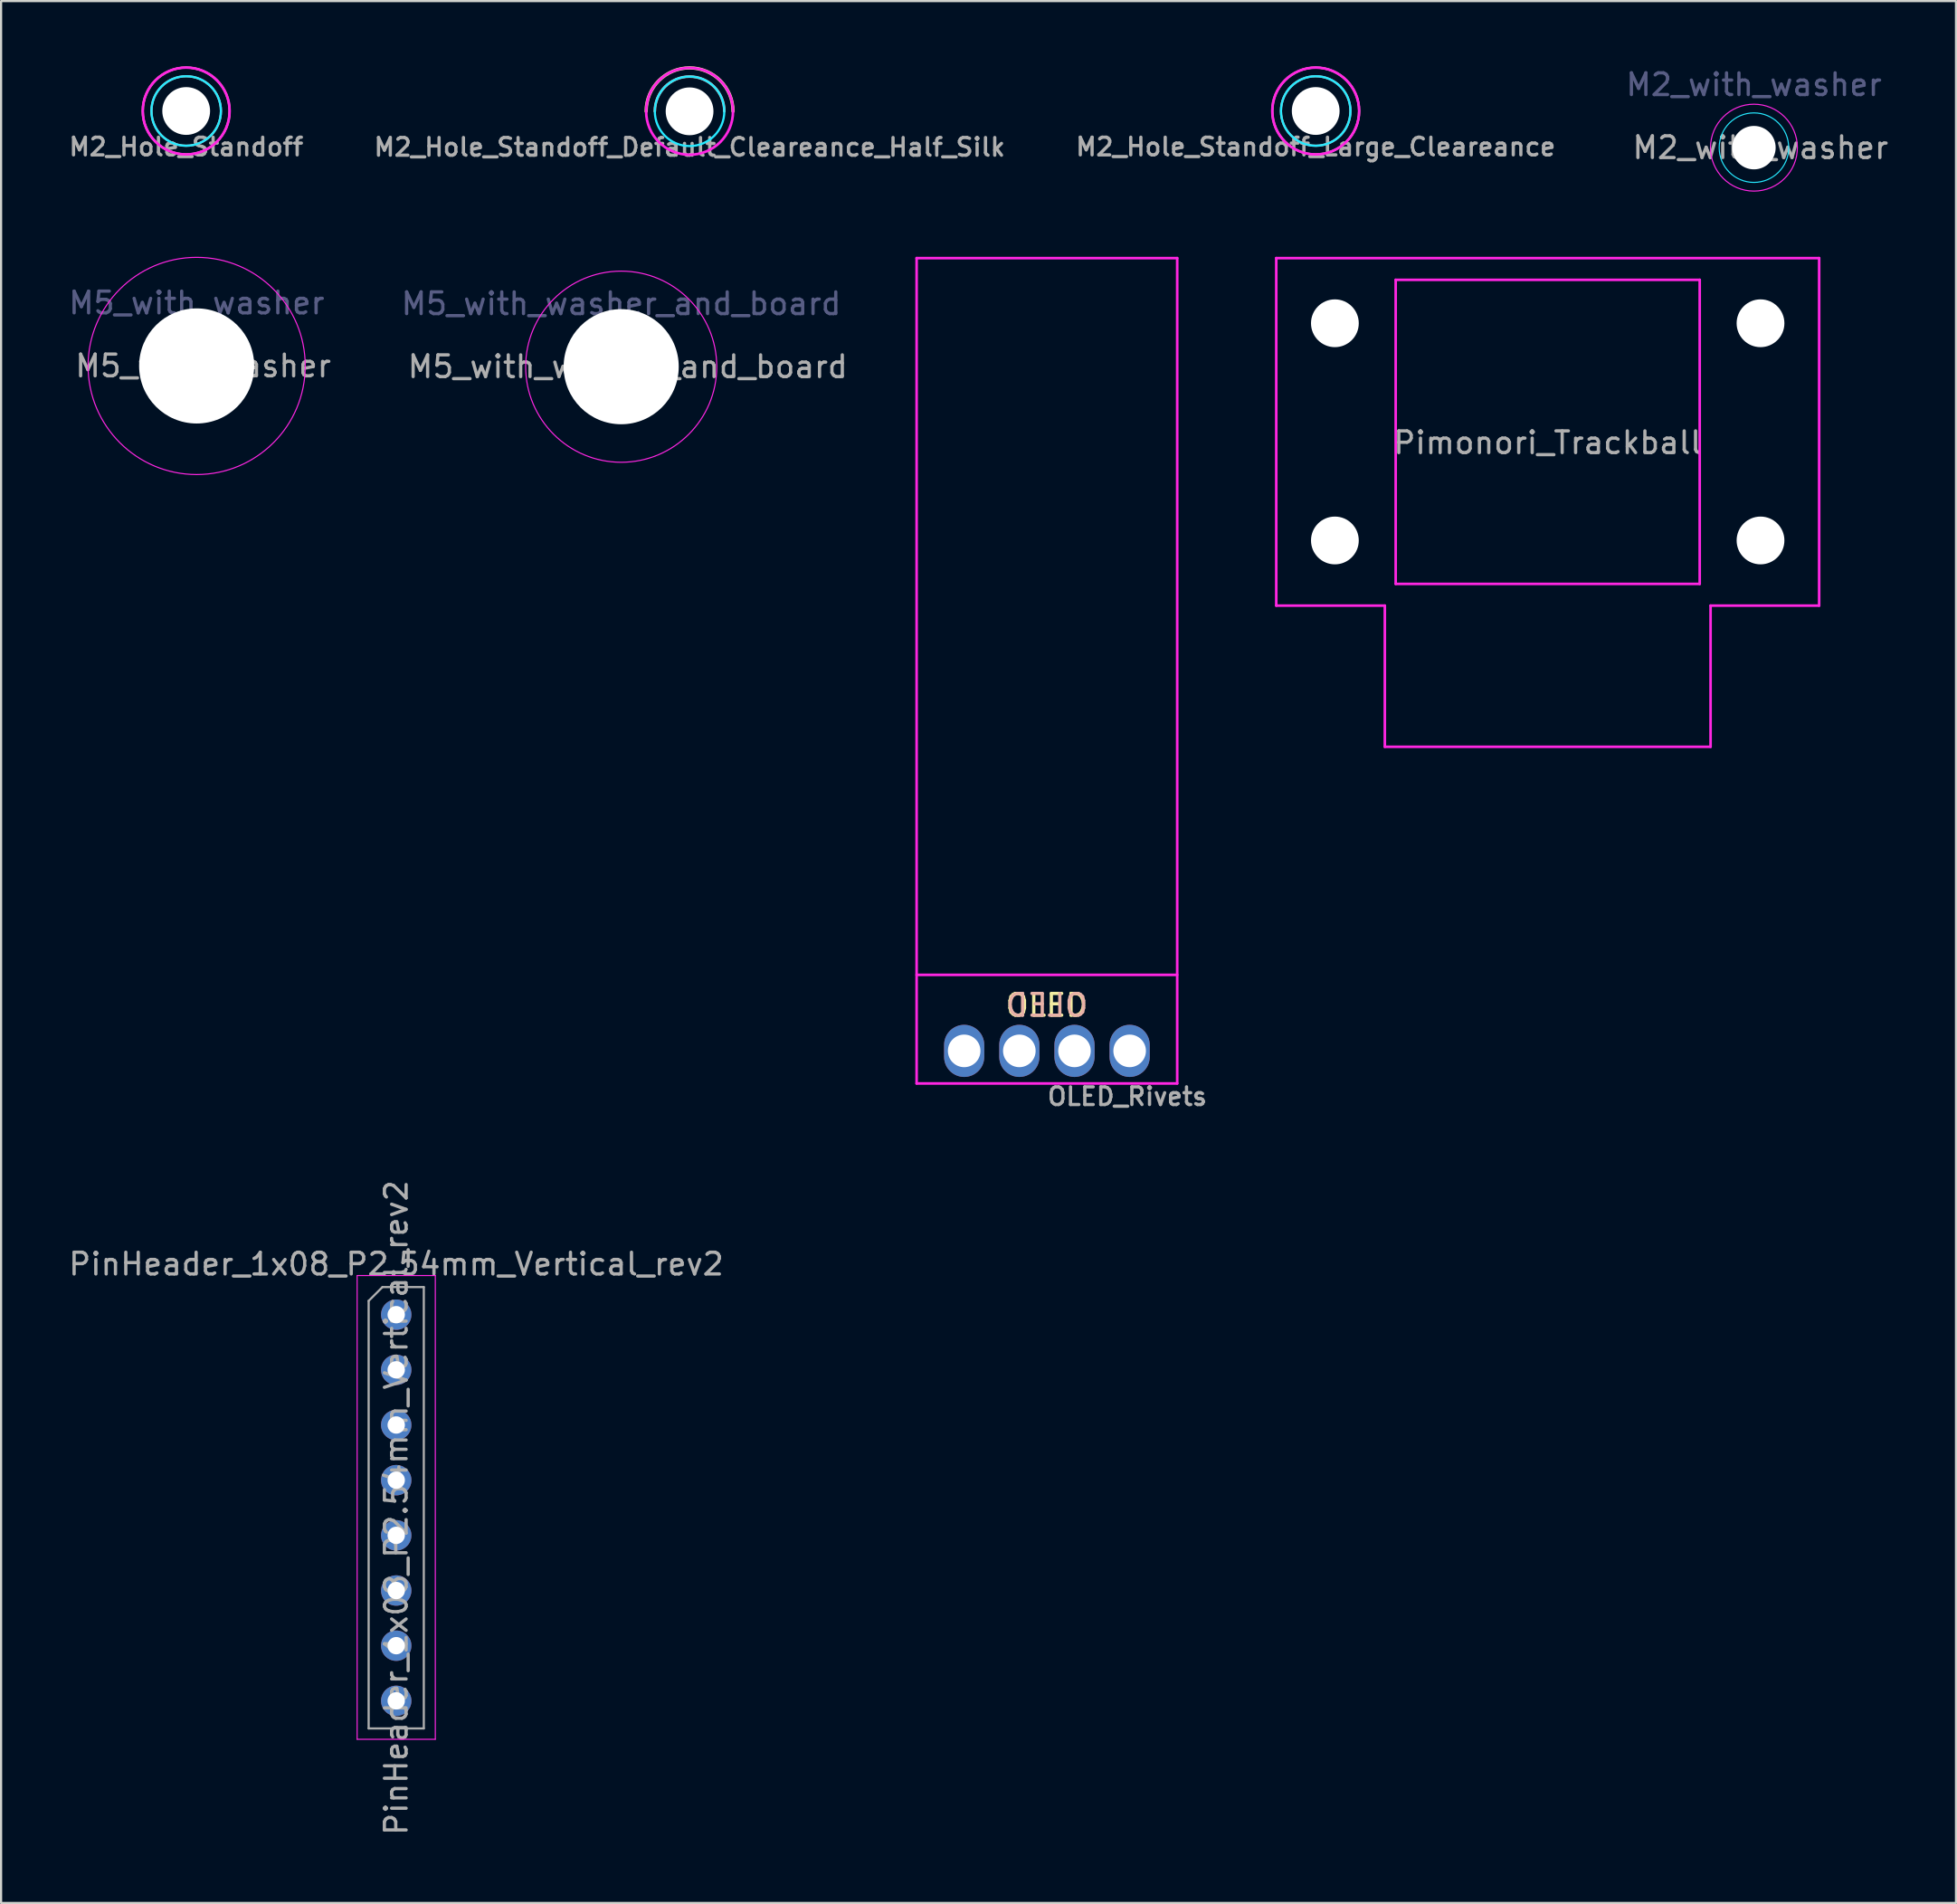
<source format=kicad_pcb>
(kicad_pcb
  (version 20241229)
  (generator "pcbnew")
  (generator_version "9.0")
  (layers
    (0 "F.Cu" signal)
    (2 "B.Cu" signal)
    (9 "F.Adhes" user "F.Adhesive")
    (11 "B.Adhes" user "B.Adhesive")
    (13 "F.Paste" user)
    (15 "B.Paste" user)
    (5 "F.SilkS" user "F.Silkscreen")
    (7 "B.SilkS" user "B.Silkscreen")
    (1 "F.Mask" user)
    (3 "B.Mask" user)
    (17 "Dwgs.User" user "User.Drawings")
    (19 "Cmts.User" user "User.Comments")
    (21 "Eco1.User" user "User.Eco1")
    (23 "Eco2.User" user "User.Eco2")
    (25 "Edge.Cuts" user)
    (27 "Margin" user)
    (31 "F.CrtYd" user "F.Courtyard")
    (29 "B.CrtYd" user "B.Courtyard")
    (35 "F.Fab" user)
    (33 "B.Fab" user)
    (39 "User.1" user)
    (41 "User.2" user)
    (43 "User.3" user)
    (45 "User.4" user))
  (footprint "M2_Hole_Standoff_Large_Cleareance"
    (layer "F.Cu")
    (at 57.538 2.06)
    (property "Reference" "M2_Hole_Standoff_Large_Cleareance" (at 0 1.651 0) (layer "F.Fab") (effects (font (size 0.813 0.813) (thickness 0.15))))
    (attr through_hole)
    (fp_circle (center 0 0) (end 2 0) (stroke (width 0.1) (type solid)) (fill no) (layer "F.SilkS"))
    (fp_circle (center 0 0) (end 1.6 0) (stroke (width 0.1) (type solid)) (fill no) (layer "B.SilkS"))
    (fp_circle (center 0 0) (end 1.6 0) (stroke (width 0.1) (type solid)) (fill no) (layer "B.CrtYd"))
    (fp_circle (center 0 0) (end 2 0) (stroke (width 0.12) (type solid)) (fill no) (layer "F.CrtYd"))
    (pad "" np_thru_hole circle (at 0 0) (size 2.2 2.2) (drill 2.2) (layers "*.Cu" "*.Mask")))
  (footprint "Pimonori_Trackball"
    (layer "F.Cu")
    (at 68.221 16.833)
    (property "Reference" "Pimonori_Trackball" (at 0 0.5 0) (layer "F.Fab") (effects (font (size 1 1) (thickness 0.15))))
    (attr through_hole)
    (fp_line (start -12.5 -8) (end 12.5 -8) (stroke (width 0.12) (type solid)) (layer "F.CrtYd"))
    (fp_line (start -12.5 8) (end -12.5 -8) (stroke (width 0.12) (type solid)) (layer "F.CrtYd"))
    (fp_line (start -7.5 8) (end -12.5 8) (stroke (width 0.12) (type solid)) (layer "F.CrtYd"))
    (fp_line (start -7.5 14.5) (end -7.5 8) (stroke (width 0.12) (type solid)) (layer "F.CrtYd"))
    (fp_line (start -7 -7) (end 7 -7) (stroke (width 0.12) (type solid)) (layer "F.CrtYd"))
    (fp_line (start -7 7) (end -7 -7) (stroke (width 0.12) (type solid)) (layer "F.CrtYd"))
    (fp_line (start 7 -7) (end 7 7) (stroke (width 0.12) (type solid)) (layer "F.CrtYd"))
    (fp_line (start 7 7) (end -7 7) (stroke (width 0.12) (type solid)) (layer "F.CrtYd"))
    (fp_line (start 7.5 8) (end 7.5 14.5) (stroke (width 0.12) (type solid)) (layer "F.CrtYd"))
    (fp_line (start 7.5 14.5) (end -7.5 14.5) (stroke (width 0.12) (type solid)) (layer "F.CrtYd"))
    (fp_line (start 12.5 -8) (end 12.5 8) (stroke (width 0.12) (type solid)) (layer "F.CrtYd"))
    (fp_line (start 12.5 8) (end 7.5 8) (stroke (width 0.12) (type solid)) (layer "F.CrtYd"))
    (pad "" np_thru_hole circle (at -9.8 -5) (size 2.2 2.2) (drill 2.2) (layers "*.Cu" "*.Mask"))
    (pad "" np_thru_hole circle (at -9.8 5) (size 2.2 2.2) (drill 2.2) (layers "*.Cu" "*.Mask"))
    (pad "" np_thru_hole circle (at 9.8 -5) (size 2.2 2.2) (drill 2.2) (layers "*.Cu" "*.Mask"))
    (pad "" np_thru_hole circle (at 9.8 5) (size 2.2 2.2) (drill 2.2) (layers "*.Cu" "*.Mask")))
  (footprint "OLED_Rivets"
    (layer "F.Cu")
    (at 45.16 45.333)
    (property "Reference" "OLED_Rivets" (at 3.7 2.1 180) (layer "F.Fab") (effects (font (size 0.813 0.813) (thickness 0.15))))
    (attr through_hole)
    (fp_line (start -6 -36.5) (end 6 -36.5) (stroke (width 0.12) (type solid)) (layer "F.CrtYd"))
    (fp_line (start -6 -3.5) (end 6 -3.5) (stroke (width 0.12) (type solid)) (layer "F.CrtYd"))
    (fp_line (start -6 1.5) (end -6 -36.5) (stroke (width 0.12) (type solid)) (layer "F.CrtYd"))
    (fp_line (start -6 1.5) (end 6 1.5) (stroke (width 0.12) (type solid)) (layer "F.CrtYd"))
    (fp_line (start 6 1.5) (end 6 -36.5) (stroke (width 0.12) (type solid)) (layer "F.CrtYd"))
    (fp_text user "OLED" (at -0.01 -2.1 0) (layer "F.SilkS") (effects (font (size 1 1) (thickness 0.15))))
    (fp_text user "OLED" (at 0 -2.1 0) (layer "B.SilkS") (effects (font (size 1 1) (thickness 0.15)) (justify mirror)))
    (pad "1" thru_hole oval (at -3.81 0) (size 1.85 2.4) (drill 1.5) (layers "*.Cu" "*.Mask"))
    (pad "2" thru_hole oval (at -1.27 0) (size 1.85 2.4) (drill 1.5) (layers "*.Cu" "*.Mask"))
    (pad "3" thru_hole oval (at 1.27 0) (size 1.85 2.4) (drill 1.5) (layers "*.Cu" "*.Mask"))
    (pad "4" thru_hole oval (at 3.81 0) (size 1.85 2.4) (drill 1.5) (layers "*.Cu" "*.Mask")))
  (footprint "M5_with_washer_and_board"
    (layer "F.Cu")
    (at 30.556 13.833)
    (property "Reference" "M5_with_washer_and_board" (at -5 -2.9 0) (layer "B.Fab") (effects (font (size 1 1) (thickness 0.15))))
    (attr exclude_from_pos_files exclude_from_bom)
    (fp_arc (start -15 -5) (mid -11.464466 -3.535534) (end -10 0) (stroke (width 0.12) (type solid)) (layer "Eco2.User"))
    (fp_arc (start 0 0) (mid -5 5) (end -10 0) (stroke (width 0.12) (type solid)) (layer "Eco2.User"))
    (fp_arc (start 0 0) (mid 1.464466 -3.535534) (end 5 -5) (stroke (width 0.12) (type solid)) (layer "Eco2.User"))
    (fp_circle (center -5 0) (end -0.6 0) (stroke (width 0.05) (type solid)) (fill no) (layer "F.CrtYd"))
    (fp_text user "${REFERENCE}" (at -4.7 0 0) (layer "F.Fab") (effects (font (size 1 1) (thickness 0.15))))
    (pad "" np_thru_hole circle (at -5 0) (size 5.3 5.3) (drill 5.3) (layers "*.Cu" "*.Mask")))
  (footprint "PinHeader_1x08_P2.54mm_Vertical_rev2"
    (layer "F.Cu")
    (at 15.196 57.478)
    (property "Reference" "PinHeader_1x08_P2.54mm_Vertical_rev2" (at 0 -2.33 0) (layer "F.Fab") (effects (font (size 1 1) (thickness 0.15))))
    (attr through_hole)
    (fp_line (start -1.8 -1.8) (end -1.8 19.55) (stroke (width 0.05) (type solid)) (layer "F.CrtYd"))
    (fp_line (start -1.8 19.55) (end 1.8 19.55) (stroke (width 0.05) (type solid)) (layer "F.CrtYd"))
    (fp_line (start 1.8 -1.8) (end -1.8 -1.8) (stroke (width 0.05) (type solid)) (layer "F.CrtYd"))
    (fp_line (start 1.8 19.55) (end 1.8 -1.8) (stroke (width 0.05) (type solid)) (layer "F.CrtYd"))
    (fp_line (start -1.27 -0.635) (end -0.635 -1.27) (stroke (width 0.1) (type solid)) (layer "F.Fab"))
    (fp_line (start -1.27 19.05) (end -1.27 -0.635) (stroke (width 0.1) (type solid)) (layer "F.Fab"))
    (fp_line (start -0.635 -1.27) (end 1.27 -1.27) (stroke (width 0.1) (type solid)) (layer "F.Fab"))
    (fp_line (start 1.27 -1.27) (end 1.27 19.05) (stroke (width 0.1) (type solid)) (layer "F.Fab"))
    (fp_line (start 1.27 19.05) (end -1.27 19.05) (stroke (width 0.1) (type solid)) (layer "F.Fab"))
    (fp_text user "${REFERENCE}" (at 0 8.89 90) (layer "F.Fab") (effects (font (size 1 1) (thickness 0.15))))
    (pad "1" thru_hole circle (at 0 0) (size 1.4 1.4) (drill 0.8) (layers "*.Cu" "*.Mask"))
    (pad "2" thru_hole circle (at 0 2.54) (size 1.4 1.4) (drill 0.8) (layers "*.Cu" "*.Mask"))
    (pad "3" thru_hole circle (at 0 5.08) (size 1.4 1.4) (drill 0.8) (layers "*.Cu" "*.Mask"))
    (pad "4" thru_hole circle (at 0 7.62) (size 1.4 1.4) (drill 0.8) (layers "*.Cu" "*.Mask"))
    (pad "5" thru_hole circle (at 0 10.16) (size 1.4 1.4) (drill 0.8) (layers "*.Cu" "*.Mask"))
    (pad "6" thru_hole circle (at 0 12.7) (size 1.4 1.4) (drill 0.8) (layers "*.Cu" "*.Mask"))
    (pad "7" thru_hole circle (at 0 15.24) (size 1.4 1.4) (drill 0.8) (layers "*.Cu" "*.Mask"))
    (pad "8" thru_hole circle (at 0 17.78) (size 1.4 1.4) (drill 0.8) (layers "*.Cu" "*.Mask")))
  (footprint "M2_Hole_Standoff_Default_Cleareance_Half_Silk"
    (layer "F.Cu")
    (at 28.705 2.075)
    (property "Reference" "M2_Hole_Standoff_Default_Cleareance_Half_Silk" (at 0 1.651 0) (layer "F.Fab") (effects (font (size 0.813 0.813) (thickness 0.15))))
    (attr through_hole)
    (fp_arc (start -2 0) (mid 0 -2) (end 2 0) (stroke (width 0.15) (type solid)) (layer "F.SilkS"))
    (fp_arc (start -1.6 0) (mid 0 -1.6) (end 1.6 0) (stroke (width 0.12) (type solid)) (layer "B.SilkS"))
    (fp_circle (center 0 0) (end 1.6 0) (stroke (width 0.1) (type solid)) (fill no) (layer "B.CrtYd"))
    (fp_circle (center 0 0) (end 2 0) (stroke (width 0.12) (type solid)) (fill no) (layer "F.CrtYd"))
    (pad "" np_thru_hole circle (at 0 0) (size 2.2 2.2) (drill 2.2) (layers "*.Cu" "*.Mask")))
  (footprint "M2_Hole_Standoff"
    (layer "F.Cu")
    (at 5.524 2.06)
    (property "Reference" "M2_Hole_Standoff" (at 0 1.651 0) (layer "F.Fab") (effects (font (size 0.813 0.813) (thickness 0.15))))
    (attr through_hole)
    (fp_circle (center 0 0) (end 2 0) (stroke (width 0.1) (type solid)) (fill no) (layer "F.SilkS"))
    (fp_circle (center 0 0) (end 1.6 0) (stroke (width 0.1) (type solid)) (fill no) (layer "B.SilkS"))
    (fp_circle (center 0 0) (end 1.6 0) (stroke (width 0.1) (type solid)) (fill no) (layer "B.CrtYd"))
    (fp_circle (center 0 0) (end 2 0) (stroke (width 0.12) (type solid)) (fill no) (layer "F.CrtYd"))
    (pad "" np_thru_hole circle (at 0 0) (size 2.2 2.2) (drill 2.2) (layers "*.Cu" "*.Mask")))
  (footprint "M2_with_washer"
    (layer "F.Cu")
    (at 77.718 3.748)
    (property "Reference" "M2_with_washer" (at 0 -2.9 0) (layer "B.Fab") (effects (font (size 1 1) (thickness 0.15))))
    (attr exclude_from_pos_files exclude_from_bom)
    (fp_circle (center 0 0) (end 1.6 0) (stroke (width 0.05) (type solid)) (fill no) (layer "B.CrtYd"))
    (fp_circle (center 0 0) (end 2 0) (stroke (width 0.05) (type solid)) (fill no) (layer "F.CrtYd"))
    (fp_text user "${REFERENCE}" (at 0.3 0 0) (layer "F.Fab") (effects (font (size 1 1) (thickness 0.15))))
    (pad "" np_thru_hole circle (at 0 0) (size 2 2) (drill 2) (layers "*.Cu" "*.Mask")))
  (footprint "M5_with_washer"
    (layer "F.Cu")
    (at 6.006 13.798)
    (property "Reference" "M5_with_washer" (at 0 -2.9 0) (layer "B.Fab") (effects (font (size 1 1) (thickness 0.15))))
    (attr exclude_from_pos_files exclude_from_bom)
    (fp_circle (center 0 0) (end 5 0) (stroke (width 0.05) (type solid)) (fill no) (layer "F.CrtYd"))
    (fp_text user "${REFERENCE}" (at 0.3 0 0) (layer "F.Fab") (effects (font (size 1 1) (thickness 0.15))))
    (pad "" np_thru_hole circle (at 0 0) (size 5.3 5.3) (drill 5.3) (layers "*.Cu" "*.Mask")))
  (gr_rect
    (start -3 -3)
    (end 87.024 84.565)
    (stroke (width 0.1) (type default))
    (fill no)
    (layer "Edge.Cuts")))
</source>
